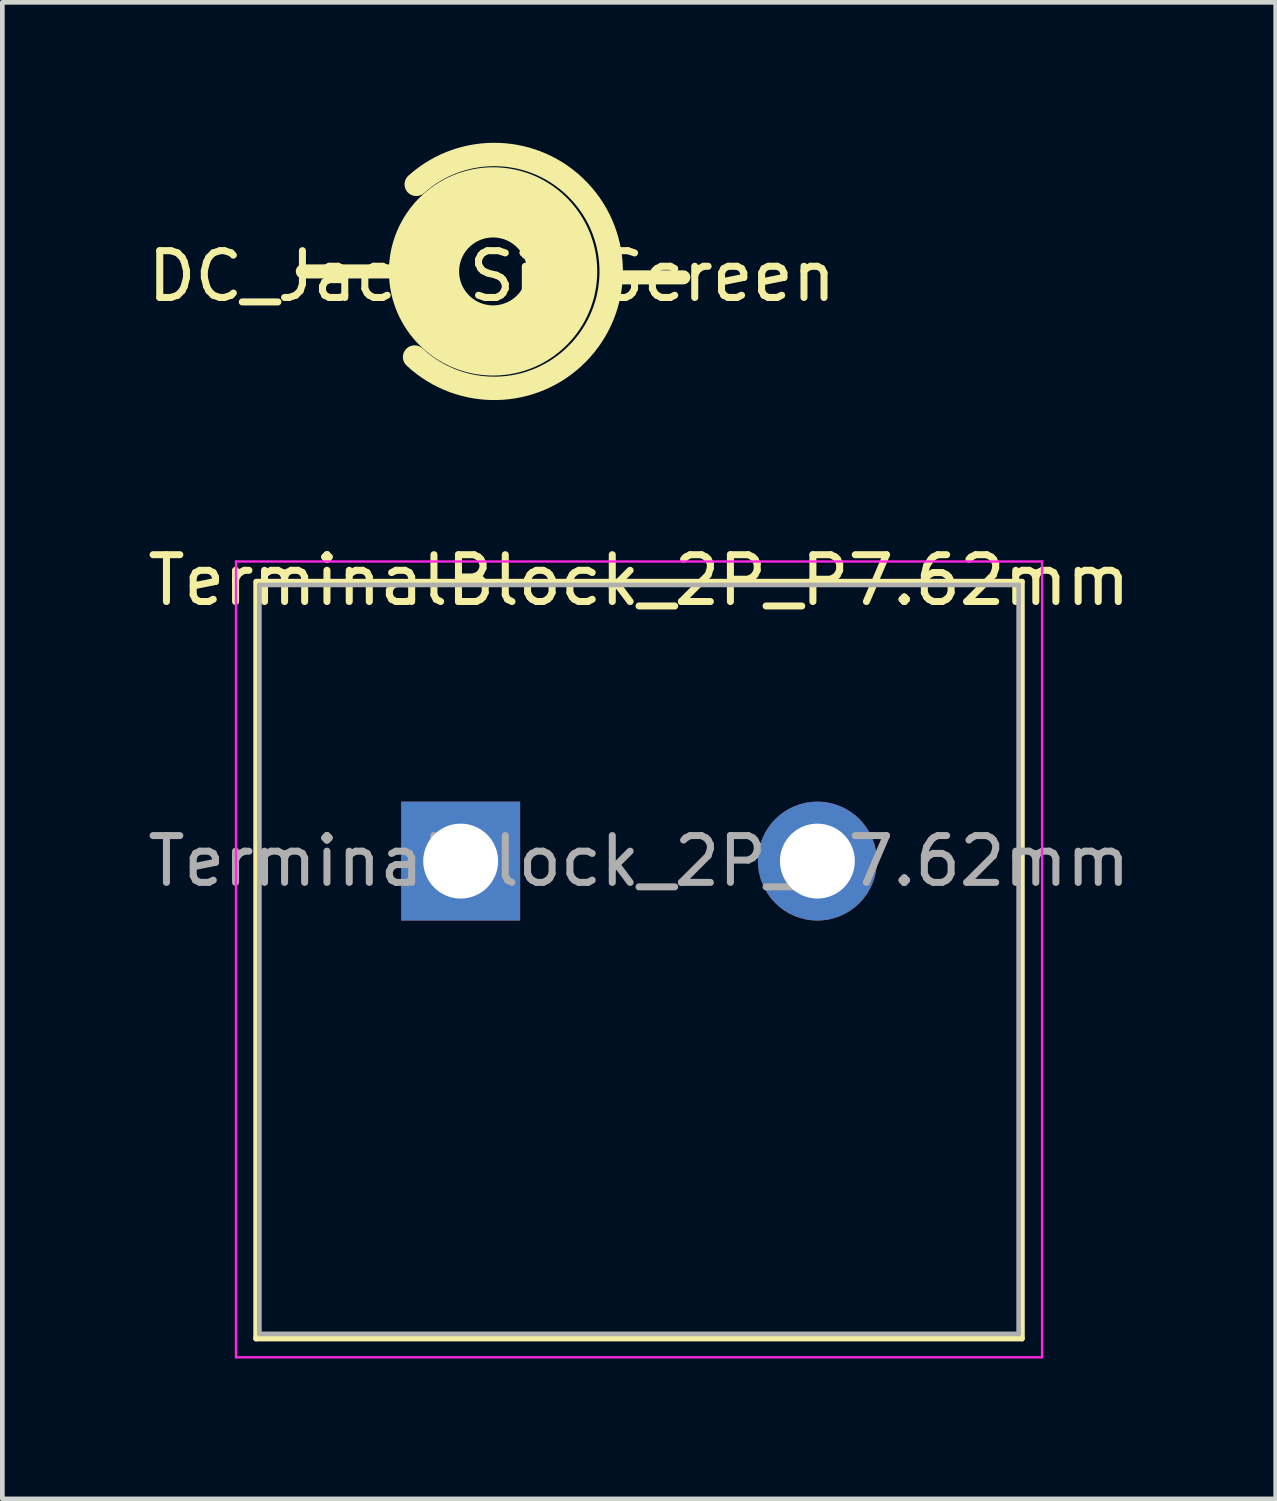
<source format=kicad_pcb>
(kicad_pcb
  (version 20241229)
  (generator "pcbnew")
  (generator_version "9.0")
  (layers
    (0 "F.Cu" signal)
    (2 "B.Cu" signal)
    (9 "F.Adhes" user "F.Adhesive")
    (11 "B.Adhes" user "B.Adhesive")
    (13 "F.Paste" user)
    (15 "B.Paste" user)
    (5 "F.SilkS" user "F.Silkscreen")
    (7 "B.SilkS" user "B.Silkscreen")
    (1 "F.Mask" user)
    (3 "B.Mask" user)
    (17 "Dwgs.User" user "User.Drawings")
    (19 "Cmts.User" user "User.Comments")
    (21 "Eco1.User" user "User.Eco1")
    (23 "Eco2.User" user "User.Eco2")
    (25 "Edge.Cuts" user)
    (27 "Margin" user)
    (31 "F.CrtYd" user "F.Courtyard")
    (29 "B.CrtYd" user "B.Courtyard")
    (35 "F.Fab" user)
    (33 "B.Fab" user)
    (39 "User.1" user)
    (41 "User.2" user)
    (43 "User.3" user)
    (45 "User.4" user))
  (footprint "TerminalBlock_2P_P7.62mm"
    (layer "F.Cu")
    (at 6.791 15.345)
    (property "Reference" "TerminalBlock_2P_P7.62mm" (at 3.81 -6 0) (layer "F.SilkS") (effects (font (size 1 1) (thickness 0.15))))
    (attr through_hole)
    (fp_line (start -4.37 10.2) (end -4.37 -5.97) (stroke (width 0.12) (type solid)) (layer "F.SilkS"))
    (fp_line (start -4.36 -5.97) (end 11.99 -5.97) (stroke (width 0.12) (type solid)) (layer "F.SilkS"))
    (fp_line (start 11.99 -5.97) (end 11.99 10.2) (stroke (width 0.12) (type solid)) (layer "F.SilkS"))
    (fp_line (start 11.99 10.2) (end -4.37 10.2) (stroke (width 0.12) (type solid)) (layer "F.SilkS"))
    (fp_line (start -4.8 -6.4) (end 12.42 -6.4) (stroke (width 0.05) (type solid)) (layer "F.CrtYd"))
    (fp_line (start -4.8 10.6) (end -4.8 -6.4) (stroke (width 0.05) (type solid)) (layer "F.CrtYd"))
    (fp_line (start 12.42 -6.4) (end 12.42 10.6) (stroke (width 0.05) (type solid)) (layer "F.CrtYd"))
    (fp_line (start 12.42 10.6) (end -4.8 10.6) (stroke (width 0.05) (type solid)) (layer "F.CrtYd"))
    (fp_line (start -4.3 -5.9) (end 11.92 -5.9) (stroke (width 0.1) (type solid)) (layer "F.Fab"))
    (fp_line (start -4.3 10.1) (end -4.3 -5.9) (stroke (width 0.1) (type solid)) (layer "F.Fab"))
    (fp_line (start 11.92 -5.9) (end 11.92 10.1) (stroke (width 0.1) (type solid)) (layer "F.Fab"))
    (fp_line (start 11.92 10.1) (end -4.3 10.1) (stroke (width 0.1) (type solid)) (layer "F.Fab"))
    (fp_text user "${REFERENCE}" (at 3.81 0 0) (layer "F.Fab") (effects (font (size 1 1) (thickness 0.15))))
    (pad "1" thru_hole rect (at 0 0) (size 2.54 2.54) (drill 1.6) (layers "*.Cu" "*.Mask"))
    (pad "2" thru_hole circle (at 7.62 0) (size 2.54 2.54) (drill 1.6) (layers "*.Cu" "*.Mask")))
  (footprint "DC_Jack_SilkScreen"
    (layer "F.Cu")
    (at 7.458 2.85)
    (property "Reference" "DC_Jack_SilkScreen" (at 0 0 0) (layer "F.SilkS") (effects (font (size 1 1) (thickness 0.15))))
    (attr exclude_from_pos_files exclude_from_bom)
    (fp_line (start -1.499 -0.102) (end -4.039 -0.102) (stroke (width 0.3) (type solid)) (layer "F.SilkS"))
    (fp_line (start 2.718 0.025) (end 4.089 0.025) (stroke (width 0.3) (type solid)) (layer "F.SilkS"))
    (fp_arc (start -1.616074 -1.962289) (mid 2.548814 -0.077953) (end -1.651 1.7272) (stroke (width 0.5) (type solid)) (layer "F.SilkS"))
    (fp_circle (center 0.025 -0.102) (end 0.75 -0.102) (stroke (width 1.5) (type solid)) (fill no) (layer "F.SilkS")))
  (gr_rect
    (start -3 -3)
    (end 24.202 28.97)
    (stroke (width 0.1) (type default))
    (fill no)
    (layer "Edge.Cuts")))
</source>
